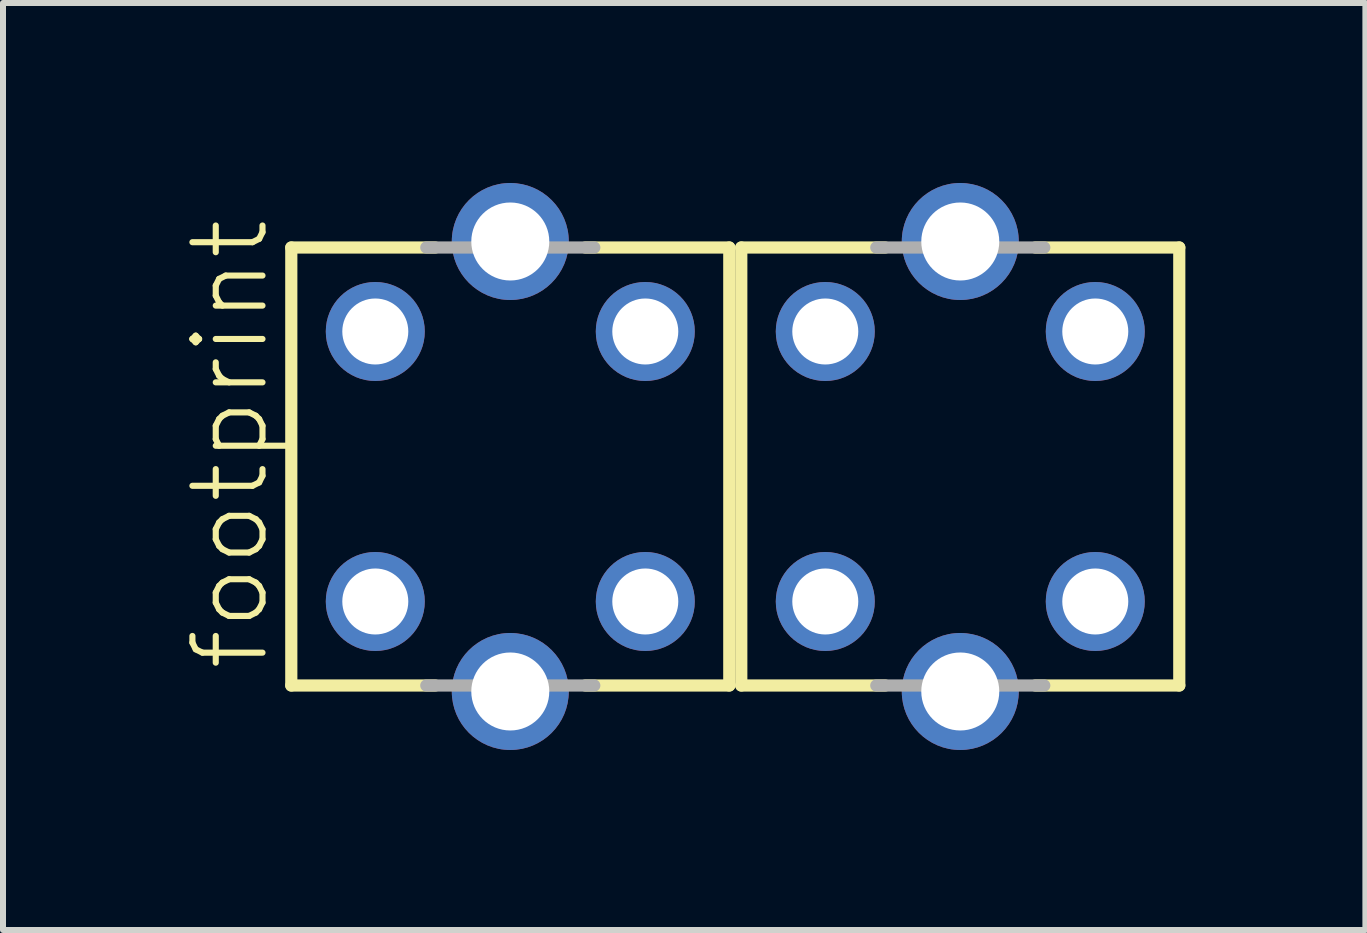
<source format=kicad_pcb>
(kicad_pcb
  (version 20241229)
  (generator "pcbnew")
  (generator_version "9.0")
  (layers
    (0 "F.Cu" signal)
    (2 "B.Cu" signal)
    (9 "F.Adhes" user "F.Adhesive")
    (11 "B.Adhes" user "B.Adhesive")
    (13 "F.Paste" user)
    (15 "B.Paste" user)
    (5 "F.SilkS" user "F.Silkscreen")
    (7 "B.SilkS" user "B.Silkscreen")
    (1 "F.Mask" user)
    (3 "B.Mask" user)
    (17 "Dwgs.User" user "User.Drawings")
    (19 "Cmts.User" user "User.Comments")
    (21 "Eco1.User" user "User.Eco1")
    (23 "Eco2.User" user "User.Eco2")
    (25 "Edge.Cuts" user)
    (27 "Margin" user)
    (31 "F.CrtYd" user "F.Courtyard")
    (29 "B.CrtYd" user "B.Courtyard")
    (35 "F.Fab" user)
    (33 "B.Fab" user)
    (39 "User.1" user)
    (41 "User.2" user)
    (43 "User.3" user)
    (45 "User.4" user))
  (footprint "footprint"
    (layer "F.Cu")
    (at 9.205 4.725)
    (property "Reference" "footprint" (at -7.732 3.448 90) (layer "F.SilkS") (effects (font (size 1.168 1.168) (thickness 0.102)) (justify left bottom)))
    (fp_line (start -7.4 -3.65) (end -5 -3.65) (stroke (width 0.203) (type solid)) (layer "F.SilkS"))
    (fp_line (start -7.4 3.65) (end -7.4 -3.65) (stroke (width 0.203) (type solid)) (layer "F.SilkS"))
    (fp_line (start -5 3.65) (end -7.4 3.65) (stroke (width 0.203) (type solid)) (layer "F.SilkS"))
    (fp_line (start -2.5 -3.65) (end -0.1 -3.65) (stroke (width 0.203) (type solid)) (layer "F.SilkS"))
    (fp_line (start -0.1 -3.65) (end -0.1 3.65) (stroke (width 0.203) (type solid)) (layer "F.SilkS"))
    (fp_line (start -0.1 3.65) (end -2.5 3.65) (stroke (width 0.203) (type solid)) (layer "F.SilkS"))
    (fp_line (start 0.1 -3.65) (end 2.5 -3.65) (stroke (width 0.203) (type solid)) (layer "F.SilkS"))
    (fp_line (start 0.1 3.65) (end 0.1 -3.65) (stroke (width 0.203) (type solid)) (layer "F.SilkS"))
    (fp_line (start 2.5 3.65) (end 0.1 3.65) (stroke (width 0.203) (type solid)) (layer "F.SilkS"))
    (fp_line (start 5 -3.65) (end 7.4 -3.65) (stroke (width 0.203) (type solid)) (layer "F.SilkS"))
    (fp_line (start 7.4 -3.65) (end 7.4 3.65) (stroke (width 0.203) (type solid)) (layer "F.SilkS"))
    (fp_line (start 7.4 3.65) (end 5 3.65) (stroke (width 0.203) (type solid)) (layer "F.SilkS"))
    (fp_line (start -5.15 -3.65) (end -2.35 -3.65) (stroke (width 0.203) (type solid)) (layer "F.Fab"))
    (fp_line (start -2.35 3.65) (end -5.15 3.65) (stroke (width 0.203) (type solid)) (layer "F.Fab"))
    (fp_line (start 2.35 -3.65) (end 5.15 -3.65) (stroke (width 0.203) (type solid)) (layer "F.Fab"))
    (fp_line (start 5.15 3.65) (end 2.35 3.65) (stroke (width 0.203) (type solid)) (layer "F.Fab"))
    (pad "1" thru_hole circle (at 1.5 2.25) (size 1.65 1.65) (drill 1.1) (layers "*.Cu" "*.Mask"))
    (pad "2" thru_hole circle (at 1.5 -2.25) (size 1.65 1.65) (drill 1.1) (layers "*.Cu" "*.Mask"))
    (pad "4" thru_hole circle (at 6 -2.25) (size 1.65 1.65) (drill 1.1) (layers "*.Cu" "*.Mask"))
    (pad "5" thru_hole circle (at 6 2.25) (size 1.65 1.65) (drill 1.1) (layers "*.Cu" "*.Mask"))
    (pad "21" thru_hole circle (at -6 2.25) (size 1.65 1.65) (drill 1.1) (layers "*.Cu" "*.Mask"))
    (pad "22" thru_hole circle (at -6 -2.25) (size 1.65 1.65) (drill 1.1) (layers "*.Cu" "*.Mask"))
    (pad "24" thru_hole circle (at -1.5 -2.25) (size 1.65 1.65) (drill 1.1) (layers "*.Cu" "*.Mask"))
    (pad "25" thru_hole circle (at -1.5 2.25) (size 1.65 1.65) (drill 1.1) (layers "*.Cu" "*.Mask"))
    (pad "S1" thru_hole circle (at 3.75 3.75) (size 1.95 1.95) (drill 1.3) (layers "*.Cu" "*.Mask"))
    (pad "S2" thru_hole circle (at 3.75 -3.75) (size 1.95 1.95) (drill 1.3) (layers "*.Cu" "*.Mask"))
    (pad "S3" thru_hole circle (at -3.75 3.75) (size 1.95 1.95) (drill 1.3) (layers "*.Cu" "*.Mask"))
    (pad "S4" thru_hole circle (at -3.75 -3.75) (size 1.95 1.95) (drill 1.3) (layers "*.Cu" "*.Mask")))
  (gr_rect
    (start -3 -3)
    (end 19.707 12.45)
    (stroke (width 0.1) (type default))
    (fill no)
    (layer "Edge.Cuts")))
</source>
